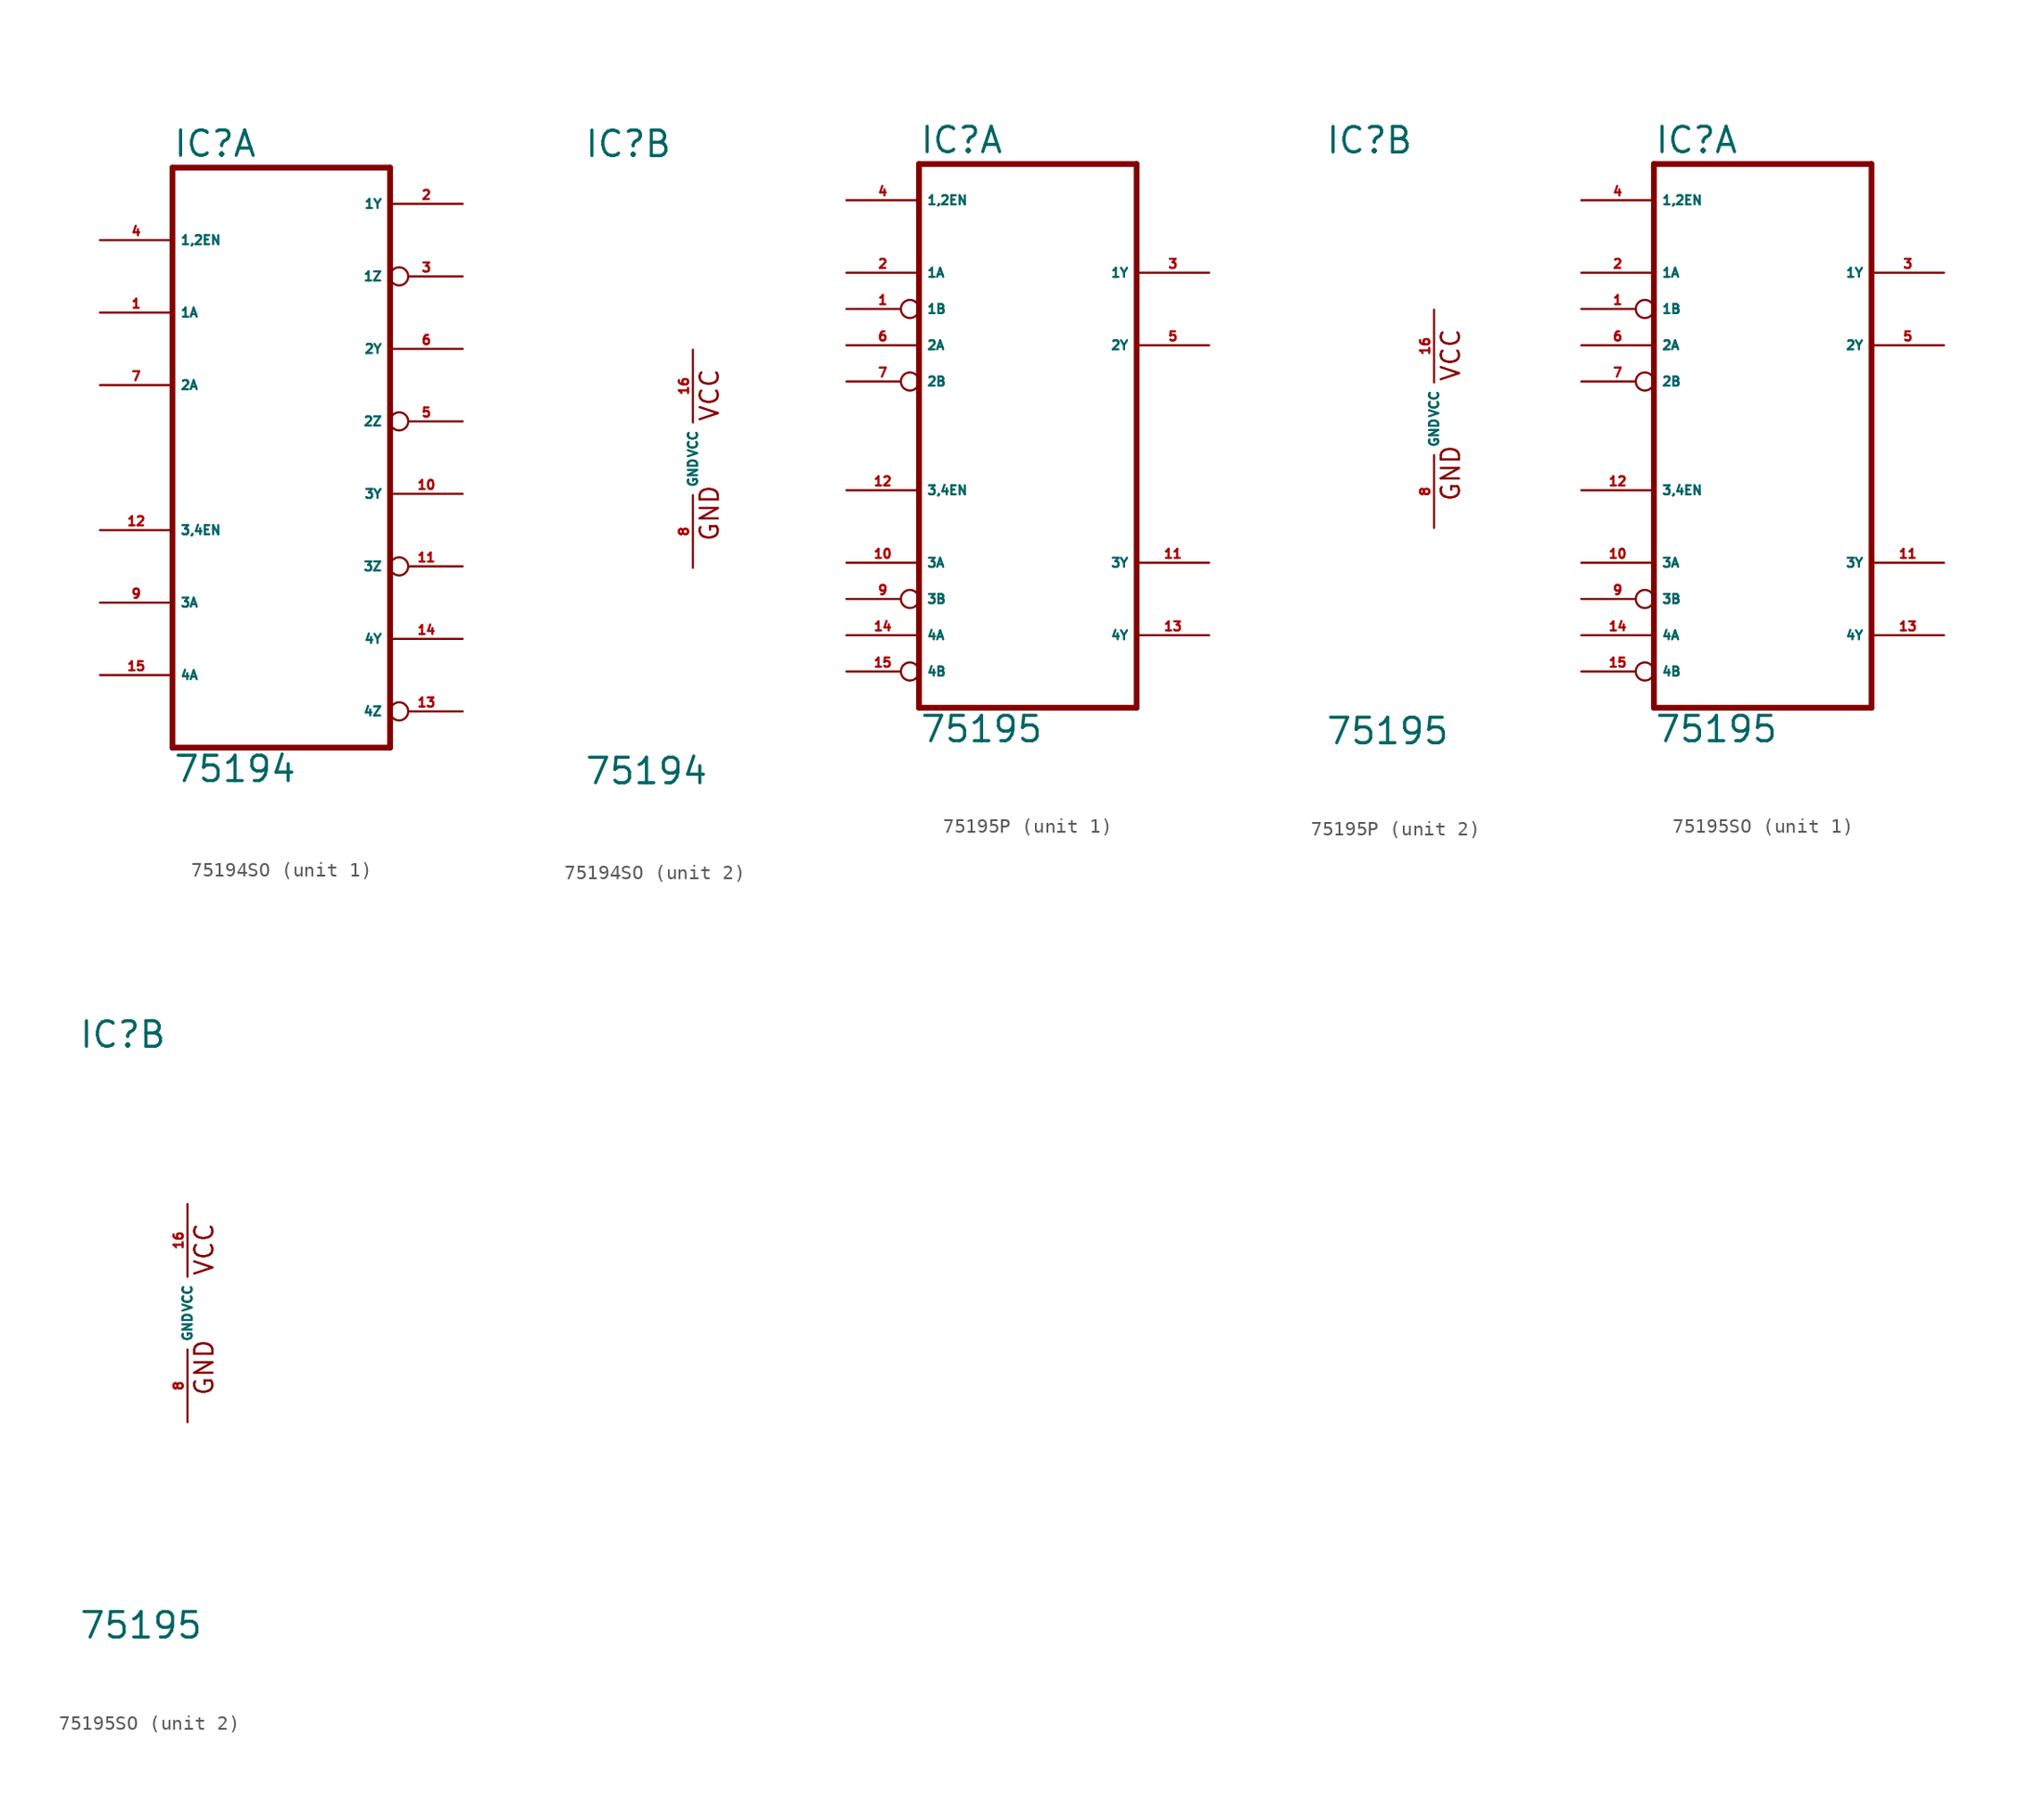
<source format=kicad_sym>
(kicad_symbol_lib
  (version 20220914)
  (generator Eagle2Kicad)
  (symbol "75194SO"
    (property "Reference" "IC"
      (at -7.62 20.955 0)
      (effects (font (size 1.778 1.778) (thickness 0.22)) (justify left bottom)))
    (property "Value" "75194"
      (at -7.62 -22.86 0)
      (effects (font (size 1.778 1.778) (thickness 0.22)) (justify left bottom)))
    (symbol "75194SO_1_0"
      (polyline (pts (xy 7.62 20.32) (xy -7.62 20.32)) (stroke (width 0.406) (type default)) (fill (type none)))
      (polyline (pts (xy -7.62 -20.32) (xy 7.62 -20.32)) (stroke (width 0.406) (type default)) (fill (type none)))
      (polyline (pts (xy 7.62 20.32) (xy 7.62 -20.32)) (stroke (width 0.406) (type default)) (fill (type none)))
      (polyline (pts (xy -7.62 -20.32) (xy -7.62 20.32)) (stroke (width 0.406) (type default)) (fill (type none)))
      (pin input line (at -12.7 15.24 0) (length 5.08) (name "1,2EN" (effects (font (size 0.635 0.635) (thickness 0.08)) (justify left bottom))) (number "4" (effects (font (size 0.635 0.635) (thickness 0.08)) (justify left bottom))))
      (pin input line (at -12.7 10.16 0) (length 5.08) (name "1A" (effects (font (size 0.635 0.635) (thickness 0.08)) (justify left bottom))) (number "1" (effects (font (size 0.635 0.635) (thickness 0.08)) (justify left bottom))))
      (pin input line (at -12.7 5.08 0) (length 5.08) (name "2A" (effects (font (size 0.635 0.635) (thickness 0.08)) (justify left bottom))) (number "7" (effects (font (size 0.635 0.635) (thickness 0.08)) (justify left bottom))))
      (pin tri_state line (at 12.7 17.78 180) (length 5.08) (name "1Y" (effects (font (size 0.635 0.635) (thickness 0.08)) (justify left bottom))) (number "2" (effects (font (size 0.635 0.635) (thickness 0.08)) (justify left bottom))))
      (pin tri_state inverted (at 12.7 12.7 180) (length 5.08) (name "1Z" (effects (font (size 0.635 0.635) (thickness 0.08)) (justify left bottom))) (number "3" (effects (font (size 0.635 0.635) (thickness 0.08)) (justify left bottom))))
      (pin tri_state line (at 12.7 7.62 180) (length 5.08) (name "2Y" (effects (font (size 0.635 0.635) (thickness 0.08)) (justify left bottom))) (number "6" (effects (font (size 0.635 0.635) (thickness 0.08)) (justify left bottom))))
      (pin tri_state inverted (at 12.7 2.54 180) (length 5.08) (name "2Z" (effects (font (size 0.635 0.635) (thickness 0.08)) (justify left bottom))) (number "5" (effects (font (size 0.635 0.635) (thickness 0.08)) (justify left bottom))))
      (pin input line (at -12.7 -5.08 0) (length 5.08) (name "3,4EN" (effects (font (size 0.635 0.635) (thickness 0.08)) (justify left bottom))) (number "12" (effects (font (size 0.635 0.635) (thickness 0.08)) (justify left bottom))))
      (pin input line (at -12.7 -10.16 0) (length 5.08) (name "3A" (effects (font (size 0.635 0.635) (thickness 0.08)) (justify left bottom))) (number "9" (effects (font (size 0.635 0.635) (thickness 0.08)) (justify left bottom))))
      (pin input line (at -12.7 -15.24 0) (length 5.08) (name "4A" (effects (font (size 0.635 0.635) (thickness 0.08)) (justify left bottom))) (number "15" (effects (font (size 0.635 0.635) (thickness 0.08)) (justify left bottom))))
      (pin tri_state line (at 12.7 -2.54 180) (length 5.08) (name "3Y" (effects (font (size 0.635 0.635) (thickness 0.08)) (justify left bottom))) (number "10" (effects (font (size 0.635 0.635) (thickness 0.08)) (justify left bottom))))
      (pin tri_state inverted (at 12.7 -7.62 180) (length 5.08) (name "3Z" (effects (font (size 0.635 0.635) (thickness 0.08)) (justify left bottom))) (number "11" (effects (font (size 0.635 0.635) (thickness 0.08)) (justify left bottom))))
      (pin tri_state line (at 12.7 -12.7 180) (length 5.08) (name "4Y" (effects (font (size 0.635 0.635) (thickness 0.08)) (justify left bottom))) (number "14" (effects (font (size 0.635 0.635) (thickness 0.08)) (justify left bottom))))
      (pin tri_state inverted (at 12.7 -17.78 180) (length 5.08) (name "4Z" (effects (font (size 0.635 0.635) (thickness 0.08)) (justify left bottom))) (number "13" (effects (font (size 0.635 0.635) (thickness 0.08)) (justify left bottom)))))
    (symbol "75194SO_2_0"
      (text "GND" (at 1.905 -5.842 900) (effects (font (size 1.27 1.27) (thickness 0.16)) (justify left bottom)))
      (text "VCC" (at 1.905 2.54 900) (effects (font (size 1.27 1.27) (thickness 0.16)) (justify left bottom)))
      (pin unspecified line (at 0 -7.62 90) (length 5.08) (name "GND" (effects (font (size 0.635 0.635) (thickness 0.08)) (justify left bottom))) (number "8" (effects (font (size 0.635 0.635) (thickness 0.08)) (justify left bottom))))
      (pin unspecified line (at 0 7.62 270) (length 5.08) (name "VCC" (effects (font (size 0.635 0.635) (thickness 0.08)) (justify left bottom))) (number "16" (effects (font (size 0.635 0.635) (thickness 0.08)) (justify left bottom))))))
  (symbol "75195P"
    (property "Reference" "IC"
      (at -7.62 18.415 0)
      (effects (font (size 1.778 1.778) (thickness 0.22)) (justify left bottom)))
    (property "Value" "75195"
      (at -7.62 -22.86 0)
      (effects (font (size 1.778 1.778) (thickness 0.22)) (justify left bottom)))
    (symbol "75195P_1_0"
      (polyline (pts (xy 7.62 17.78) (xy -7.62 17.78)) (stroke (width 0.406) (type default)) (fill (type none)))
      (polyline (pts (xy -7.62 -20.32) (xy 7.62 -20.32)) (stroke (width 0.406) (type default)) (fill (type none)))
      (polyline (pts (xy 7.62 17.78) (xy 7.62 -20.32)) (stroke (width 0.406) (type default)) (fill (type none)))
      (polyline (pts (xy -7.62 -20.32) (xy -7.62 17.78)) (stroke (width 0.406) (type default)) (fill (type none)))
      (pin input line (at -12.7 15.24 0) (length 5.08) (name "1,2EN" (effects (font (size 0.635 0.635) (thickness 0.08)) (justify left bottom))) (number "4" (effects (font (size 0.635 0.635) (thickness 0.08)) (justify left bottom))))
      (pin input line (at -12.7 10.16 0) (length 5.08) (name "1A" (effects (font (size 0.635 0.635) (thickness 0.08)) (justify left bottom))) (number "2" (effects (font (size 0.635 0.635) (thickness 0.08)) (justify left bottom))))
      (pin input line (at -12.7 5.08 0) (length 5.08) (name "2A" (effects (font (size 0.635 0.635) (thickness 0.08)) (justify left bottom))) (number "6" (effects (font (size 0.635 0.635) (thickness 0.08)) (justify left bottom))))
      (pin tri_state line (at 12.7 10.16 180) (length 5.08) (name "1Y" (effects (font (size 0.635 0.635) (thickness 0.08)) (justify left bottom))) (number "3" (effects (font (size 0.635 0.635) (thickness 0.08)) (justify left bottom))))
      (pin input inverted (at -12.7 7.62 0) (length 5.08) (name "1B" (effects (font (size 0.635 0.635) (thickness 0.08)) (justify left bottom))) (number "1" (effects (font (size 0.635 0.635) (thickness 0.08)) (justify left bottom))))
      (pin tri_state line (at 12.7 5.08 180) (length 5.08) (name "2Y" (effects (font (size 0.635 0.635) (thickness 0.08)) (justify left bottom))) (number "5" (effects (font (size 0.635 0.635) (thickness 0.08)) (justify left bottom))))
      (pin input inverted (at -12.7 2.54 0) (length 5.08) (name "2B" (effects (font (size 0.635 0.635) (thickness 0.08)) (justify left bottom))) (number "7" (effects (font (size 0.635 0.635) (thickness 0.08)) (justify left bottom))))
      (pin input line (at -12.7 -5.08 0) (length 5.08) (name "3,4EN" (effects (font (size 0.635 0.635) (thickness 0.08)) (justify left bottom))) (number "12" (effects (font (size 0.635 0.635) (thickness 0.08)) (justify left bottom))))
      (pin input line (at -12.7 -10.16 0) (length 5.08) (name "3A" (effects (font (size 0.635 0.635) (thickness 0.08)) (justify left bottom))) (number "10" (effects (font (size 0.635 0.635) (thickness 0.08)) (justify left bottom))))
      (pin input line (at -12.7 -15.24 0) (length 5.08) (name "4A" (effects (font (size 0.635 0.635) (thickness 0.08)) (justify left bottom))) (number "14" (effects (font (size 0.635 0.635) (thickness 0.08)) (justify left bottom))))
      (pin tri_state line (at 12.7 -10.16 180) (length 5.08) (name "3Y" (effects (font (size 0.635 0.635) (thickness 0.08)) (justify left bottom))) (number "11" (effects (font (size 0.635 0.635) (thickness 0.08)) (justify left bottom))))
      (pin input inverted (at -12.7 -12.7 0) (length 5.08) (name "3B" (effects (font (size 0.635 0.635) (thickness 0.08)) (justify left bottom))) (number "9" (effects (font (size 0.635 0.635) (thickness 0.08)) (justify left bottom))))
      (pin tri_state line (at 12.7 -15.24 180) (length 5.08) (name "4Y" (effects (font (size 0.635 0.635) (thickness 0.08)) (justify left bottom))) (number "13" (effects (font (size 0.635 0.635) (thickness 0.08)) (justify left bottom))))
      (pin input inverted (at -12.7 -17.78 0) (length 5.08) (name "4B" (effects (font (size 0.635 0.635) (thickness 0.08)) (justify left bottom))) (number "15" (effects (font (size 0.635 0.635) (thickness 0.08)) (justify left bottom)))))
    (symbol "75195P_2_0"
      (text "GND" (at 1.905 -5.842 900) (effects (font (size 1.27 1.27) (thickness 0.16)) (justify left bottom)))
      (text "VCC" (at 1.905 2.54 900) (effects (font (size 1.27 1.27) (thickness 0.16)) (justify left bottom)))
      (pin unspecified line (at 0 -7.62 90) (length 5.08) (name "GND" (effects (font (size 0.635 0.635) (thickness 0.08)) (justify left bottom))) (number "8" (effects (font (size 0.635 0.635) (thickness 0.08)) (justify left bottom))))
      (pin unspecified line (at 0 7.62 270) (length 5.08) (name "VCC" (effects (font (size 0.635 0.635) (thickness 0.08)) (justify left bottom))) (number "16" (effects (font (size 0.635 0.635) (thickness 0.08)) (justify left bottom))))))
  (symbol "75195SO"
    (property "Reference" "IC"
      (at -7.62 18.415 0)
      (effects (font (size 1.778 1.778) (thickness 0.22)) (justify left bottom)))
    (property "Value" "75195"
      (at -7.62 -22.86 0)
      (effects (font (size 1.778 1.778) (thickness 0.22)) (justify left bottom)))
    (symbol "75195SO_1_0"
      (polyline (pts (xy 7.62 17.78) (xy -7.62 17.78)) (stroke (width 0.406) (type default)) (fill (type none)))
      (polyline (pts (xy -7.62 -20.32) (xy 7.62 -20.32)) (stroke (width 0.406) (type default)) (fill (type none)))
      (polyline (pts (xy 7.62 17.78) (xy 7.62 -20.32)) (stroke (width 0.406) (type default)) (fill (type none)))
      (polyline (pts (xy -7.62 -20.32) (xy -7.62 17.78)) (stroke (width 0.406) (type default)) (fill (type none)))
      (pin input line (at -12.7 15.24 0) (length 5.08) (name "1,2EN" (effects (font (size 0.635 0.635) (thickness 0.08)) (justify left bottom))) (number "4" (effects (font (size 0.635 0.635) (thickness 0.08)) (justify left bottom))))
      (pin input line (at -12.7 10.16 0) (length 5.08) (name "1A" (effects (font (size 0.635 0.635) (thickness 0.08)) (justify left bottom))) (number "2" (effects (font (size 0.635 0.635) (thickness 0.08)) (justify left bottom))))
      (pin input line (at -12.7 5.08 0) (length 5.08) (name "2A" (effects (font (size 0.635 0.635) (thickness 0.08)) (justify left bottom))) (number "6" (effects (font (size 0.635 0.635) (thickness 0.08)) (justify left bottom))))
      (pin tri_state line (at 12.7 10.16 180) (length 5.08) (name "1Y" (effects (font (size 0.635 0.635) (thickness 0.08)) (justify left bottom))) (number "3" (effects (font (size 0.635 0.635) (thickness 0.08)) (justify left bottom))))
      (pin input inverted (at -12.7 7.62 0) (length 5.08) (name "1B" (effects (font (size 0.635 0.635) (thickness 0.08)) (justify left bottom))) (number "1" (effects (font (size 0.635 0.635) (thickness 0.08)) (justify left bottom))))
      (pin tri_state line (at 12.7 5.08 180) (length 5.08) (name "2Y" (effects (font (size 0.635 0.635) (thickness 0.08)) (justify left bottom))) (number "5" (effects (font (size 0.635 0.635) (thickness 0.08)) (justify left bottom))))
      (pin input inverted (at -12.7 2.54 0) (length 5.08) (name "2B" (effects (font (size 0.635 0.635) (thickness 0.08)) (justify left bottom))) (number "7" (effects (font (size 0.635 0.635) (thickness 0.08)) (justify left bottom))))
      (pin input line (at -12.7 -5.08 0) (length 5.08) (name "3,4EN" (effects (font (size 0.635 0.635) (thickness 0.08)) (justify left bottom))) (number "12" (effects (font (size 0.635 0.635) (thickness 0.08)) (justify left bottom))))
      (pin input line (at -12.7 -10.16 0) (length 5.08) (name "3A" (effects (font (size 0.635 0.635) (thickness 0.08)) (justify left bottom))) (number "10" (effects (font (size 0.635 0.635) (thickness 0.08)) (justify left bottom))))
      (pin input line (at -12.7 -15.24 0) (length 5.08) (name "4A" (effects (font (size 0.635 0.635) (thickness 0.08)) (justify left bottom))) (number "14" (effects (font (size 0.635 0.635) (thickness 0.08)) (justify left bottom))))
      (pin tri_state line (at 12.7 -10.16 180) (length 5.08) (name "3Y" (effects (font (size 0.635 0.635) (thickness 0.08)) (justify left bottom))) (number "11" (effects (font (size 0.635 0.635) (thickness 0.08)) (justify left bottom))))
      (pin input inverted (at -12.7 -12.7 0) (length 5.08) (name "3B" (effects (font (size 0.635 0.635) (thickness 0.08)) (justify left bottom))) (number "9" (effects (font (size 0.635 0.635) (thickness 0.08)) (justify left bottom))))
      (pin tri_state line (at 12.7 -15.24 180) (length 5.08) (name "4Y" (effects (font (size 0.635 0.635) (thickness 0.08)) (justify left bottom))) (number "13" (effects (font (size 0.635 0.635) (thickness 0.08)) (justify left bottom))))
      (pin input inverted (at -12.7 -17.78 0) (length 5.08) (name "4B" (effects (font (size 0.635 0.635) (thickness 0.08)) (justify left bottom))) (number "15" (effects (font (size 0.635 0.635) (thickness 0.08)) (justify left bottom)))))
    (symbol "75195SO_2_0"
      (text "GND" (at 1.905 -5.842 900) (effects (font (size 1.27 1.27) (thickness 0.16)) (justify left bottom)))
      (text "VCC" (at 1.905 2.54 900) (effects (font (size 1.27 1.27) (thickness 0.16)) (justify left bottom)))
      (pin unspecified line (at 0 -7.62 90) (length 5.08) (name "GND" (effects (font (size 0.635 0.635) (thickness 0.08)) (justify left bottom))) (number "8" (effects (font (size 0.635 0.635) (thickness 0.08)) (justify left bottom))))
      (pin unspecified line (at 0 7.62 270) (length 5.08) (name "VCC" (effects (font (size 0.635 0.635) (thickness 0.08)) (justify left bottom))) (number "16" (effects (font (size 0.635 0.635) (thickness 0.08)) (justify left bottom)))))))
</source>
